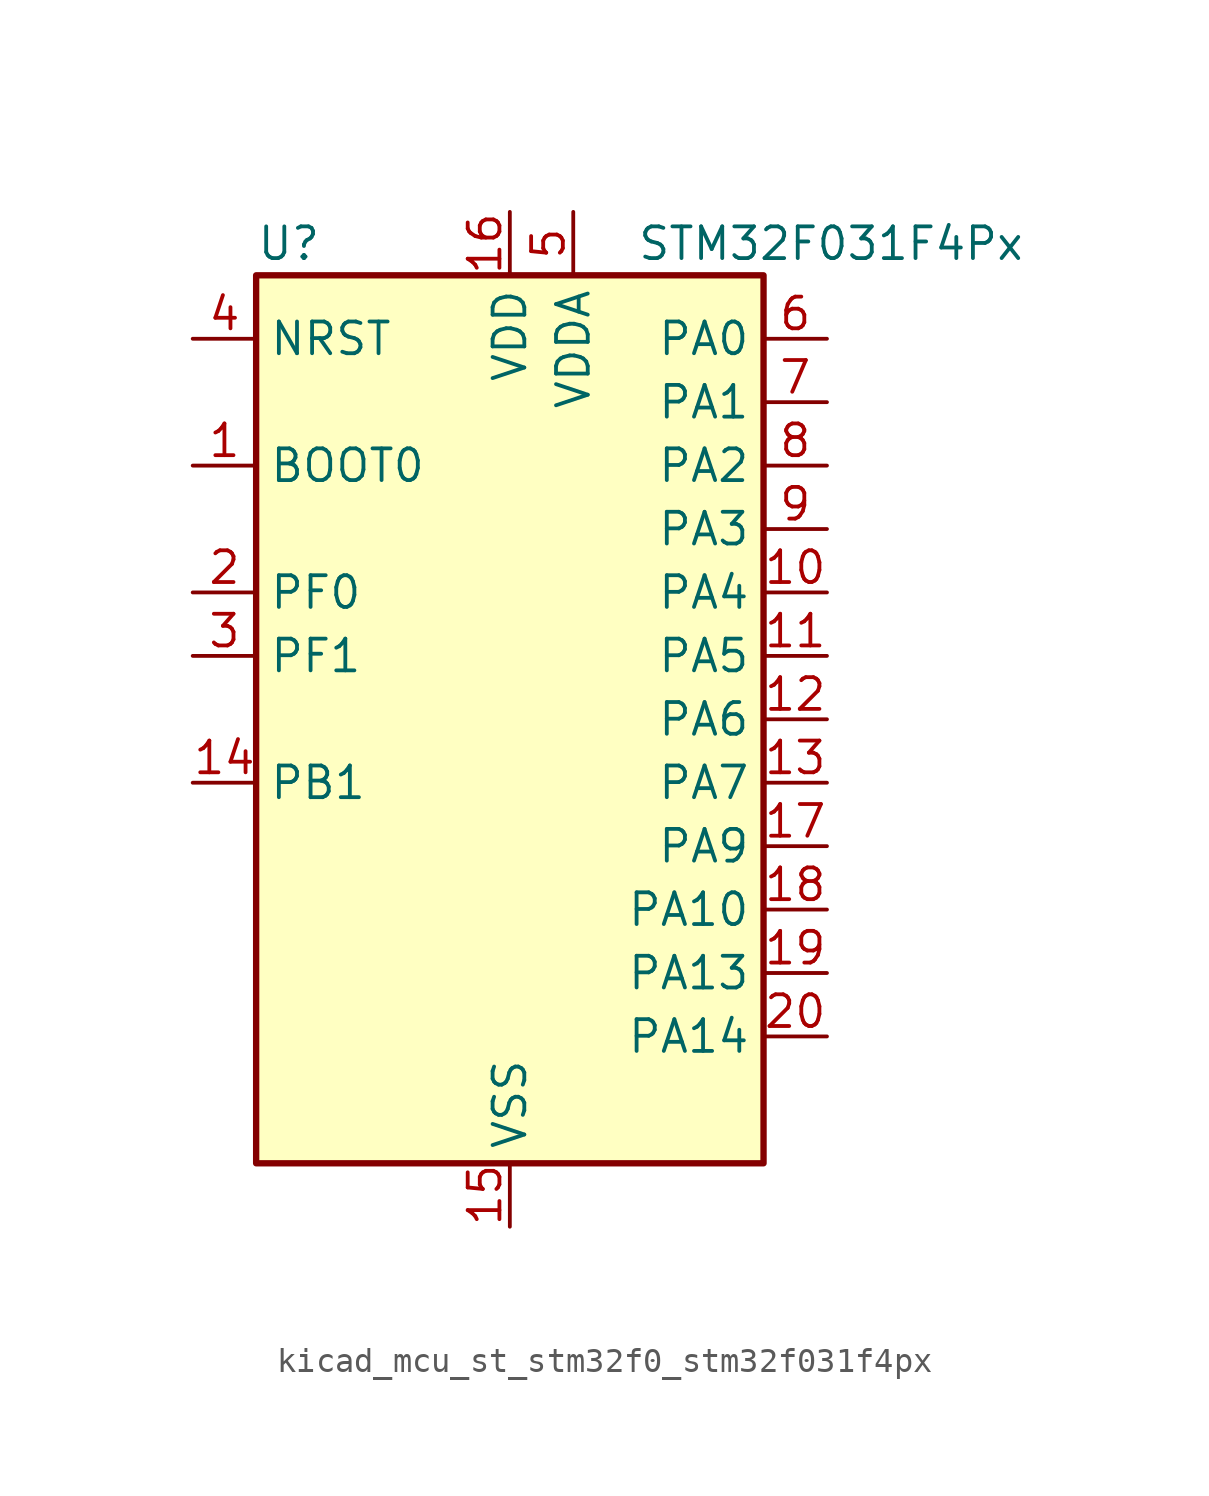
<source format=kicad_sym>
(kicad_symbol_lib
  (version 20220914)
  (generator kicad_symbol_editor)
  (symbol "kicad_mcu_st_stm32f0_stm32f031f4px"
    (property "Reference" "U"
      (at -10.16 19.05 0)
      (effects (font (size 1.27 1.27)) (justify left)))
    (property "Value" "STM32F031F4Px"
      (at 5.08 19.05 0)
      (effects (font (size 1.27 1.27)) (justify left)))
    (property "ki_locked" ""
      (at 0 0 0)
      (effects (font (size 1.27 1.27))))
    (symbol "kicad_mcu_st_stm32f0_stm32f031f4px_0_1"
      (rectangle (start -10.16 -17.78) (end 10.16 17.78) (stroke (width 0.254) (type default)) (fill (type background))))
    (symbol "kicad_mcu_st_stm32f0_stm32f031f4px_1_1"
      (pin input line (at -12.7 10.16 0) (length 2.54) (name "BOOT0" (effects (font (size 1.27 1.27)))) (number "1" (effects (font (size 1.27 1.27)))))
      (pin bidirectional line (at 12.7 5.08 180) (length 2.54) (name "PA4" (effects (font (size 1.27 1.27)))) (number "10" (effects (font (size 1.27 1.27)))) (alternate "ADC_IN4" bidirectional line) (alternate "I2S1_WS" bidirectional line) (alternate "SPI1_NSS" bidirectional line) (alternate "TIM14_CH1" bidirectional line) (alternate "USART1_CK" bidirectional line))
      (pin bidirectional line (at 12.7 2.54 180) (length 2.54) (name "PA5" (effects (font (size 1.27 1.27)))) (number "11" (effects (font (size 1.27 1.27)))) (alternate "ADC_IN5" bidirectional line) (alternate "I2S1_CK" bidirectional line) (alternate "SPI1_SCK" bidirectional line) (alternate "TIM2_CH1" bidirectional line) (alternate "TIM2_ETR" bidirectional line))
      (pin bidirectional line (at 12.7 0 180) (length 2.54) (name "PA6" (effects (font (size 1.27 1.27)))) (number "12" (effects (font (size 1.27 1.27)))) (alternate "ADC_IN6" bidirectional line) (alternate "I2S1_MCK" bidirectional line) (alternate "SPI1_MISO" bidirectional line) (alternate "TIM16_CH1" bidirectional line) (alternate "TIM1_BKIN" bidirectional line) (alternate "TIM3_CH1" bidirectional line))
      (pin bidirectional line (at 12.7 -2.54 180) (length 2.54) (name "PA7" (effects (font (size 1.27 1.27)))) (number "13" (effects (font (size 1.27 1.27)))) (alternate "ADC_IN7" bidirectional line) (alternate "I2S1_SD" bidirectional line) (alternate "SPI1_MOSI" bidirectional line) (alternate "TIM14_CH1" bidirectional line) (alternate "TIM17_CH1" bidirectional line) (alternate "TIM1_CH1N" bidirectional line) (alternate "TIM3_CH2" bidirectional line))
      (pin bidirectional line (at -12.7 -2.54 0) (length 2.54) (name "PB1" (effects (font (size 1.27 1.27)))) (number "14" (effects (font (size 1.27 1.27)))) (alternate "ADC_IN9" bidirectional line) (alternate "TIM14_CH1" bidirectional line) (alternate "TIM1_CH3N" bidirectional line) (alternate "TIM3_CH4" bidirectional line))
      (pin power_in line (at 0 -20.32 90) (length 2.54) (name "VSS" (effects (font (size 1.27 1.27)))) (number "15" (effects (font (size 1.27 1.27)))))
      (pin power_in line (at 0 20.32 270) (length 2.54) (name "VDD" (effects (font (size 1.27 1.27)))) (number "16" (effects (font (size 1.27 1.27)))))
      (pin bidirectional line (at 12.7 -5.08 180) (length 2.54) (name "PA9" (effects (font (size 1.27 1.27)))) (number "17" (effects (font (size 1.27 1.27)))) (alternate "I2C1_SCL" bidirectional line) (alternate "TIM1_CH2" bidirectional line) (alternate "USART1_TX" bidirectional line))
      (pin bidirectional line (at 12.7 -7.62 180) (length 2.54) (name "PA10" (effects (font (size 1.27 1.27)))) (number "18" (effects (font (size 1.27 1.27)))) (alternate "I2C1_SDA" bidirectional line) (alternate "TIM17_BKIN" bidirectional line) (alternate "TIM1_CH3" bidirectional line) (alternate "USART1_RX" bidirectional line))
      (pin bidirectional line (at 12.7 -10.16 180) (length 2.54) (name "PA13" (effects (font (size 1.27 1.27)))) (number "19" (effects (font (size 1.27 1.27)))) (alternate "IR_OUT" bidirectional line) (alternate "SYS_SWDIO" bidirectional line))
      (pin bidirectional line (at -12.7 5.08 0) (length 2.54) (name "PF0" (effects (font (size 1.27 1.27)))) (number "2" (effects (font (size 1.27 1.27)))) (alternate "RCC_OSC_IN" bidirectional line))
      (pin bidirectional line (at 12.7 -12.7 180) (length 2.54) (name "PA14" (effects (font (size 1.27 1.27)))) (number "20" (effects (font (size 1.27 1.27)))) (alternate "SYS_SWCLK" bidirectional line) (alternate "USART1_TX" bidirectional line))
      (pin bidirectional line (at -12.7 2.54 0) (length 2.54) (name "PF1" (effects (font (size 1.27 1.27)))) (number "3" (effects (font (size 1.27 1.27)))) (alternate "RCC_OSC_OUT" bidirectional line))
      (pin input line (at -12.7 15.24 0) (length 2.54) (name "NRST" (effects (font (size 1.27 1.27)))) (number "4" (effects (font (size 1.27 1.27)))))
      (pin power_in line (at 2.54 20.32 270) (length 2.54) (name "VDDA" (effects (font (size 1.27 1.27)))) (number "5" (effects (font (size 1.27 1.27)))))
      (pin bidirectional line (at 12.7 15.24 180) (length 2.54) (name "PA0" (effects (font (size 1.27 1.27)))) (number "6" (effects (font (size 1.27 1.27)))) (alternate "ADC_IN0" bidirectional line) (alternate "RTC_TAMP2" bidirectional line) (alternate "SYS_WKUP1" bidirectional line) (alternate "TIM2_CH1" bidirectional line) (alternate "TIM2_ETR" bidirectional line) (alternate "USART1_CTS" bidirectional line))
      (pin bidirectional line (at 12.7 12.7 180) (length 2.54) (name "PA1" (effects (font (size 1.27 1.27)))) (number "7" (effects (font (size 1.27 1.27)))) (alternate "ADC_IN1" bidirectional line) (alternate "TIM2_CH2" bidirectional line) (alternate "USART1_DE" bidirectional line) (alternate "USART1_RTS" bidirectional line))
      (pin bidirectional line (at 12.7 10.16 180) (length 2.54) (name "PA2" (effects (font (size 1.27 1.27)))) (number "8" (effects (font (size 1.27 1.27)))) (alternate "ADC_IN2" bidirectional line) (alternate "TIM2_CH3" bidirectional line) (alternate "USART1_TX" bidirectional line))
      (pin bidirectional line (at 12.7 7.62 180) (length 2.54) (name "PA3" (effects (font (size 1.27 1.27)))) (number "9" (effects (font (size 1.27 1.27)))) (alternate "ADC_IN3" bidirectional line) (alternate "TIM2_CH4" bidirectional line) (alternate "USART1_RX" bidirectional line)))))
</source>
